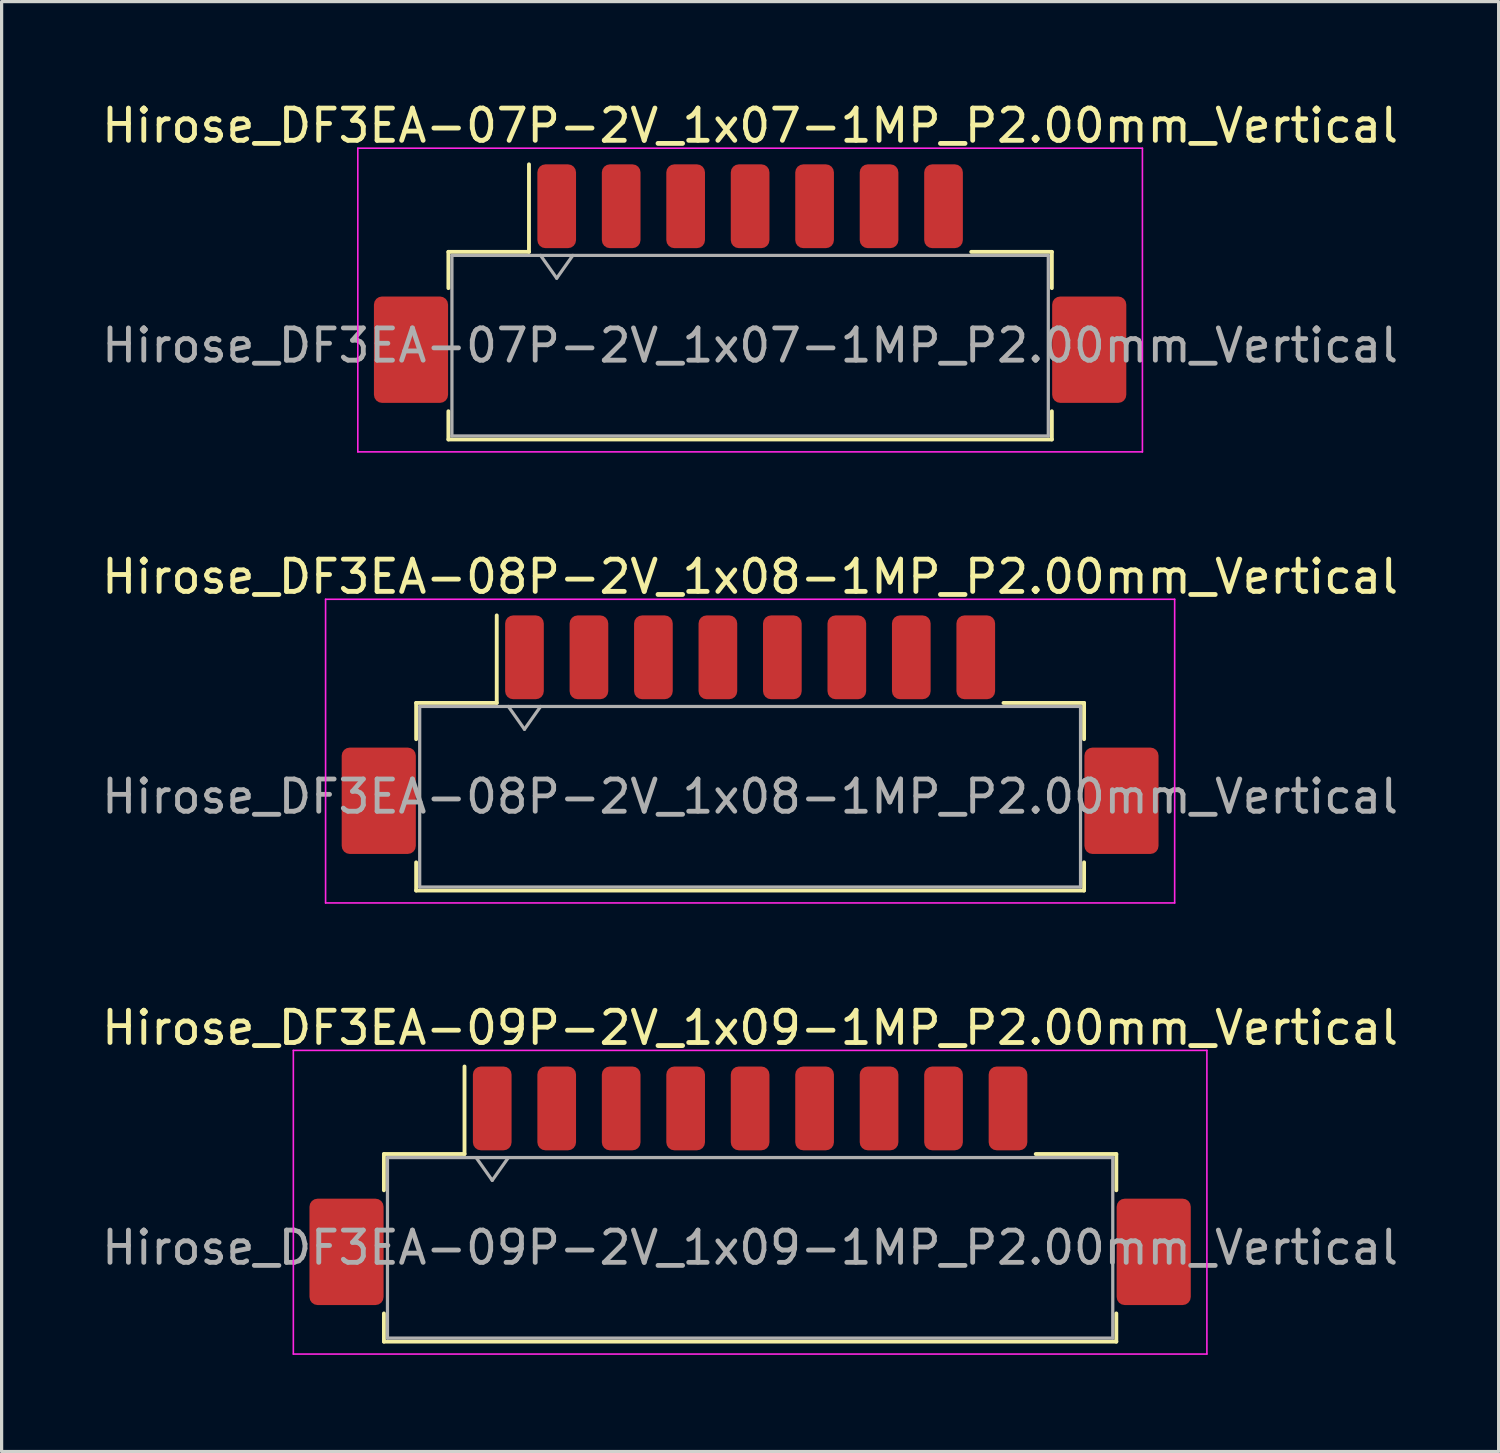
<source format=kicad_pcb>
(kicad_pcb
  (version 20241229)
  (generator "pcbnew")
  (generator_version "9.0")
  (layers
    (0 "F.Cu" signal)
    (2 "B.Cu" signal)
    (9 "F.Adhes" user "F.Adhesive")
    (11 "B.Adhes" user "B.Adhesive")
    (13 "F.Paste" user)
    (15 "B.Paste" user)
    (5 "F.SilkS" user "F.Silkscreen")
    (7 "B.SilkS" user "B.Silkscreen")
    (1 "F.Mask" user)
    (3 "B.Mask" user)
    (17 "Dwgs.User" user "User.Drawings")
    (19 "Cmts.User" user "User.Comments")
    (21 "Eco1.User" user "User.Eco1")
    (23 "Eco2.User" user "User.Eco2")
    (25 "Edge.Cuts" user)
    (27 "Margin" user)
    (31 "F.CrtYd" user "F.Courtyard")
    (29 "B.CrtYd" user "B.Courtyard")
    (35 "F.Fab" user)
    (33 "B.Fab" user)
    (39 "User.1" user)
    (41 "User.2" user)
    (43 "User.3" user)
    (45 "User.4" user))
  (footprint "Hirose_DF3EA-07P-2V_1x07-1MP_P2.00mm_Vertical"
    (layer "F.Cu")
    (at 20.22 5.748)
    (property "Reference" "Hirose_DF3EA-07P-2V_1x07-1MP_P2.00mm_Vertical" (at 0 -4.9 0) (layer "F.SilkS") (effects (font (size 1 1) (thickness 0.15))))
    (attr smd)
    (fp_line (start -9.36 -0.985) (end -6.86 -0.985) (stroke (width 0.12) (type solid)) (layer "F.SilkS"))
    (fp_line (start -9.36 0.14) (end -9.36 -0.985) (stroke (width 0.12) (type solid)) (layer "F.SilkS"))
    (fp_line (start -9.36 3.96) (end -9.36 4.835) (stroke (width 0.12) (type solid)) (layer "F.SilkS"))
    (fp_line (start -9.36 4.835) (end 9.36 4.835) (stroke (width 0.12) (type solid)) (layer "F.SilkS"))
    (fp_line (start -6.86 -0.985) (end -6.86 -3.7) (stroke (width 0.12) (type solid)) (layer "F.SilkS"))
    (fp_line (start 9.36 -0.985) (end 6.86 -0.985) (stroke (width 0.12) (type solid)) (layer "F.SilkS"))
    (fp_line (start 9.36 0.14) (end 9.36 -0.985) (stroke (width 0.12) (type solid)) (layer "F.SilkS"))
    (fp_line (start 9.36 4.835) (end 9.36 3.96) (stroke (width 0.12) (type solid)) (layer "F.SilkS"))
    (fp_line (start -12.17 -4.2) (end -12.17 5.22) (stroke (width 0.05) (type solid)) (layer "F.CrtYd"))
    (fp_line (start -12.17 5.22) (end 12.17 5.22) (stroke (width 0.05) (type solid)) (layer "F.CrtYd"))
    (fp_line (start 12.17 -4.2) (end -12.17 -4.2) (stroke (width 0.05) (type solid)) (layer "F.CrtYd"))
    (fp_line (start 12.17 5.22) (end 12.17 -4.2) (stroke (width 0.05) (type solid)) (layer "F.CrtYd"))
    (fp_line (start -9.25 -0.875) (end -9.25 4.725) (stroke (width 0.1) (type solid)) (layer "F.Fab"))
    (fp_line (start -9.25 -0.875) (end 9.25 -0.875) (stroke (width 0.1) (type solid)) (layer "F.Fab"))
    (fp_line (start -9.25 4.725) (end 9.25 4.725) (stroke (width 0.1) (type solid)) (layer "F.Fab"))
    (fp_line (start -6.5 -0.875) (end -6 -0.168) (stroke (width 0.1) (type solid)) (layer "F.Fab"))
    (fp_line (start -6 -0.168) (end -5.5 -0.875) (stroke (width 0.1) (type solid)) (layer "F.Fab"))
    (fp_line (start 9.25 -0.875) (end 9.25 4.725) (stroke (width 0.1) (type solid)) (layer "F.Fab"))
    (fp_text user "${REFERENCE}" (at 0 1.92 0) (layer "F.Fab") (effects (font (size 1 1) (thickness 0.15))))
    (pad "1" smd roundrect (at -6 -2.4) (size 1.2 2.6) (layers "F.Cu" "F.Mask" "F.Paste") (roundrect_rratio 0.208))
    (pad "2" smd roundrect (at -4 -2.4) (size 1.2 2.6) (layers "F.Cu" "F.Mask" "F.Paste") (roundrect_rratio 0.208))
    (pad "3" smd roundrect (at -2 -2.4) (size 1.2 2.6) (layers "F.Cu" "F.Mask" "F.Paste") (roundrect_rratio 0.208))
    (pad "4" smd roundrect (at 0 -2.4) (size 1.2 2.6) (layers "F.Cu" "F.Mask" "F.Paste") (roundrect_rratio 0.208))
    (pad "5" smd roundrect (at 2 -2.4) (size 1.2 2.6) (layers "F.Cu" "F.Mask" "F.Paste") (roundrect_rratio 0.208))
    (pad "6" smd roundrect (at 4 -2.4) (size 1.2 2.6) (layers "F.Cu" "F.Mask" "F.Paste") (roundrect_rratio 0.208))
    (pad "7" smd roundrect (at 6 -2.4) (size 1.2 2.6) (layers "F.Cu" "F.Mask" "F.Paste") (roundrect_rratio 0.208))
    (pad "MP" smd roundrect (at -10.52 2.05) (size 2.3 3.3) (layers "F.Cu" "F.Mask" "F.Paste") (roundrect_rratio 0.109))
    (pad "MP" smd roundrect (at 10.52 2.05) (size 2.3 3.3) (layers "F.Cu" "F.Mask" "F.Paste") (roundrect_rratio 0.109)))
  (footprint "Hirose_DF3EA-08P-2V_1x08-1MP_P2.00mm_Vertical"
    (layer "F.Cu")
    (at 20.22 19.741)
    (property "Reference" "Hirose_DF3EA-08P-2V_1x08-1MP_P2.00mm_Vertical" (at 0 -4.9 0) (layer "F.SilkS") (effects (font (size 1 1) (thickness 0.15))))
    (attr smd)
    (fp_line (start -10.36 -0.985) (end -7.86 -0.985) (stroke (width 0.12) (type solid)) (layer "F.SilkS"))
    (fp_line (start -10.36 0.14) (end -10.36 -0.985) (stroke (width 0.12) (type solid)) (layer "F.SilkS"))
    (fp_line (start -10.36 3.96) (end -10.36 4.835) (stroke (width 0.12) (type solid)) (layer "F.SilkS"))
    (fp_line (start -10.36 4.835) (end 10.36 4.835) (stroke (width 0.12) (type solid)) (layer "F.SilkS"))
    (fp_line (start -7.86 -0.985) (end -7.86 -3.7) (stroke (width 0.12) (type solid)) (layer "F.SilkS"))
    (fp_line (start 10.36 -0.985) (end 7.86 -0.985) (stroke (width 0.12) (type solid)) (layer "F.SilkS"))
    (fp_line (start 10.36 0.14) (end 10.36 -0.985) (stroke (width 0.12) (type solid)) (layer "F.SilkS"))
    (fp_line (start 10.36 4.835) (end 10.36 3.96) (stroke (width 0.12) (type solid)) (layer "F.SilkS"))
    (fp_line (start -13.17 -4.2) (end -13.17 5.22) (stroke (width 0.05) (type solid)) (layer "F.CrtYd"))
    (fp_line (start -13.17 5.22) (end 13.17 5.22) (stroke (width 0.05) (type solid)) (layer "F.CrtYd"))
    (fp_line (start 13.17 -4.2) (end -13.17 -4.2) (stroke (width 0.05) (type solid)) (layer "F.CrtYd"))
    (fp_line (start 13.17 5.22) (end 13.17 -4.2) (stroke (width 0.05) (type solid)) (layer "F.CrtYd"))
    (fp_line (start -10.25 -0.875) (end -10.25 4.725) (stroke (width 0.1) (type solid)) (layer "F.Fab"))
    (fp_line (start -10.25 -0.875) (end 10.25 -0.875) (stroke (width 0.1) (type solid)) (layer "F.Fab"))
    (fp_line (start -10.25 4.725) (end 10.25 4.725) (stroke (width 0.1) (type solid)) (layer "F.Fab"))
    (fp_line (start -7.5 -0.875) (end -7 -0.168) (stroke (width 0.1) (type solid)) (layer "F.Fab"))
    (fp_line (start -7 -0.168) (end -6.5 -0.875) (stroke (width 0.1) (type solid)) (layer "F.Fab"))
    (fp_line (start 10.25 -0.875) (end 10.25 4.725) (stroke (width 0.1) (type solid)) (layer "F.Fab"))
    (fp_text user "${REFERENCE}" (at 0 1.92 0) (layer "F.Fab") (effects (font (size 1 1) (thickness 0.15))))
    (pad "1" smd roundrect (at -7 -2.4) (size 1.2 2.6) (layers "F.Cu" "F.Mask" "F.Paste") (roundrect_rratio 0.208))
    (pad "2" smd roundrect (at -5 -2.4) (size 1.2 2.6) (layers "F.Cu" "F.Mask" "F.Paste") (roundrect_rratio 0.208))
    (pad "3" smd roundrect (at -3 -2.4) (size 1.2 2.6) (layers "F.Cu" "F.Mask" "F.Paste") (roundrect_rratio 0.208))
    (pad "4" smd roundrect (at -1 -2.4) (size 1.2 2.6) (layers "F.Cu" "F.Mask" "F.Paste") (roundrect_rratio 0.208))
    (pad "5" smd roundrect (at 1 -2.4) (size 1.2 2.6) (layers "F.Cu" "F.Mask" "F.Paste") (roundrect_rratio 0.208))
    (pad "6" smd roundrect (at 3 -2.4) (size 1.2 2.6) (layers "F.Cu" "F.Mask" "F.Paste") (roundrect_rratio 0.208))
    (pad "7" smd roundrect (at 5 -2.4) (size 1.2 2.6) (layers "F.Cu" "F.Mask" "F.Paste") (roundrect_rratio 0.208))
    (pad "8" smd roundrect (at 7 -2.4) (size 1.2 2.6) (layers "F.Cu" "F.Mask" "F.Paste") (roundrect_rratio 0.208))
    (pad "MP" smd roundrect (at -11.52 2.05) (size 2.3 3.3) (layers "F.Cu" "F.Mask" "F.Paste") (roundrect_rratio 0.109))
    (pad "MP" smd roundrect (at 11.52 2.05) (size 2.3 3.3) (layers "F.Cu" "F.Mask" "F.Paste") (roundrect_rratio 0.109)))
  (footprint "Hirose_DF3EA-09P-2V_1x09-1MP_P2.00mm_Vertical"
    (layer "F.Cu")
    (at 20.22 33.735)
    (property "Reference" "Hirose_DF3EA-09P-2V_1x09-1MP_P2.00mm_Vertical" (at 0 -4.9 0) (layer "F.SilkS") (effects (font (size 1 1) (thickness 0.15))))
    (attr smd)
    (fp_line (start -11.36 -0.985) (end -8.86 -0.985) (stroke (width 0.12) (type solid)) (layer "F.SilkS"))
    (fp_line (start -11.36 0.14) (end -11.36 -0.985) (stroke (width 0.12) (type solid)) (layer "F.SilkS"))
    (fp_line (start -11.36 3.96) (end -11.36 4.835) (stroke (width 0.12) (type solid)) (layer "F.SilkS"))
    (fp_line (start -11.36 4.835) (end 11.36 4.835) (stroke (width 0.12) (type solid)) (layer "F.SilkS"))
    (fp_line (start -8.86 -0.985) (end -8.86 -3.7) (stroke (width 0.12) (type solid)) (layer "F.SilkS"))
    (fp_line (start 11.36 -0.985) (end 8.86 -0.985) (stroke (width 0.12) (type solid)) (layer "F.SilkS"))
    (fp_line (start 11.36 0.14) (end 11.36 -0.985) (stroke (width 0.12) (type solid)) (layer "F.SilkS"))
    (fp_line (start 11.36 4.835) (end 11.36 3.96) (stroke (width 0.12) (type solid)) (layer "F.SilkS"))
    (fp_line (start -14.17 -4.2) (end -14.17 5.22) (stroke (width 0.05) (type solid)) (layer "F.CrtYd"))
    (fp_line (start -14.17 5.22) (end 14.17 5.22) (stroke (width 0.05) (type solid)) (layer "F.CrtYd"))
    (fp_line (start 14.17 -4.2) (end -14.17 -4.2) (stroke (width 0.05) (type solid)) (layer "F.CrtYd"))
    (fp_line (start 14.17 5.22) (end 14.17 -4.2) (stroke (width 0.05) (type solid)) (layer "F.CrtYd"))
    (fp_line (start -11.25 -0.875) (end -11.25 4.725) (stroke (width 0.1) (type solid)) (layer "F.Fab"))
    (fp_line (start -11.25 -0.875) (end 11.25 -0.875) (stroke (width 0.1) (type solid)) (layer "F.Fab"))
    (fp_line (start -11.25 4.725) (end 11.25 4.725) (stroke (width 0.1) (type solid)) (layer "F.Fab"))
    (fp_line (start -8.5 -0.875) (end -8 -0.168) (stroke (width 0.1) (type solid)) (layer "F.Fab"))
    (fp_line (start -8 -0.168) (end -7.5 -0.875) (stroke (width 0.1) (type solid)) (layer "F.Fab"))
    (fp_line (start 11.25 -0.875) (end 11.25 4.725) (stroke (width 0.1) (type solid)) (layer "F.Fab"))
    (fp_text user "${REFERENCE}" (at 0 1.92 0) (layer "F.Fab") (effects (font (size 1 1) (thickness 0.15))))
    (pad "1" smd roundrect (at -8 -2.4) (size 1.2 2.6) (layers "F.Cu" "F.Mask" "F.Paste") (roundrect_rratio 0.208))
    (pad "2" smd roundrect (at -6 -2.4) (size 1.2 2.6) (layers "F.Cu" "F.Mask" "F.Paste") (roundrect_rratio 0.208))
    (pad "3" smd roundrect (at -4 -2.4) (size 1.2 2.6) (layers "F.Cu" "F.Mask" "F.Paste") (roundrect_rratio 0.208))
    (pad "4" smd roundrect (at -2 -2.4) (size 1.2 2.6) (layers "F.Cu" "F.Mask" "F.Paste") (roundrect_rratio 0.208))
    (pad "5" smd roundrect (at 0 -2.4) (size 1.2 2.6) (layers "F.Cu" "F.Mask" "F.Paste") (roundrect_rratio 0.208))
    (pad "6" smd roundrect (at 2 -2.4) (size 1.2 2.6) (layers "F.Cu" "F.Mask" "F.Paste") (roundrect_rratio 0.208))
    (pad "7" smd roundrect (at 4 -2.4) (size 1.2 2.6) (layers "F.Cu" "F.Mask" "F.Paste") (roundrect_rratio 0.208))
    (pad "8" smd roundrect (at 6 -2.4) (size 1.2 2.6) (layers "F.Cu" "F.Mask" "F.Paste") (roundrect_rratio 0.208))
    (pad "9" smd roundrect (at 8 -2.4) (size 1.2 2.6) (layers "F.Cu" "F.Mask" "F.Paste") (roundrect_rratio 0.208))
    (pad "MP" smd roundrect (at -12.52 2.05) (size 2.3 3.3) (layers "F.Cu" "F.Mask" "F.Paste") (roundrect_rratio 0.109))
    (pad "MP" smd roundrect (at 12.52 2.05) (size 2.3 3.3) (layers "F.Cu" "F.Mask" "F.Paste") (roundrect_rratio 0.109)))
  (gr_rect
    (start -3 -3)
    (end 43.44 41.98)
    (stroke (width 0.1) (type default))
    (fill no)
    (layer "Edge.Cuts")))
</source>
